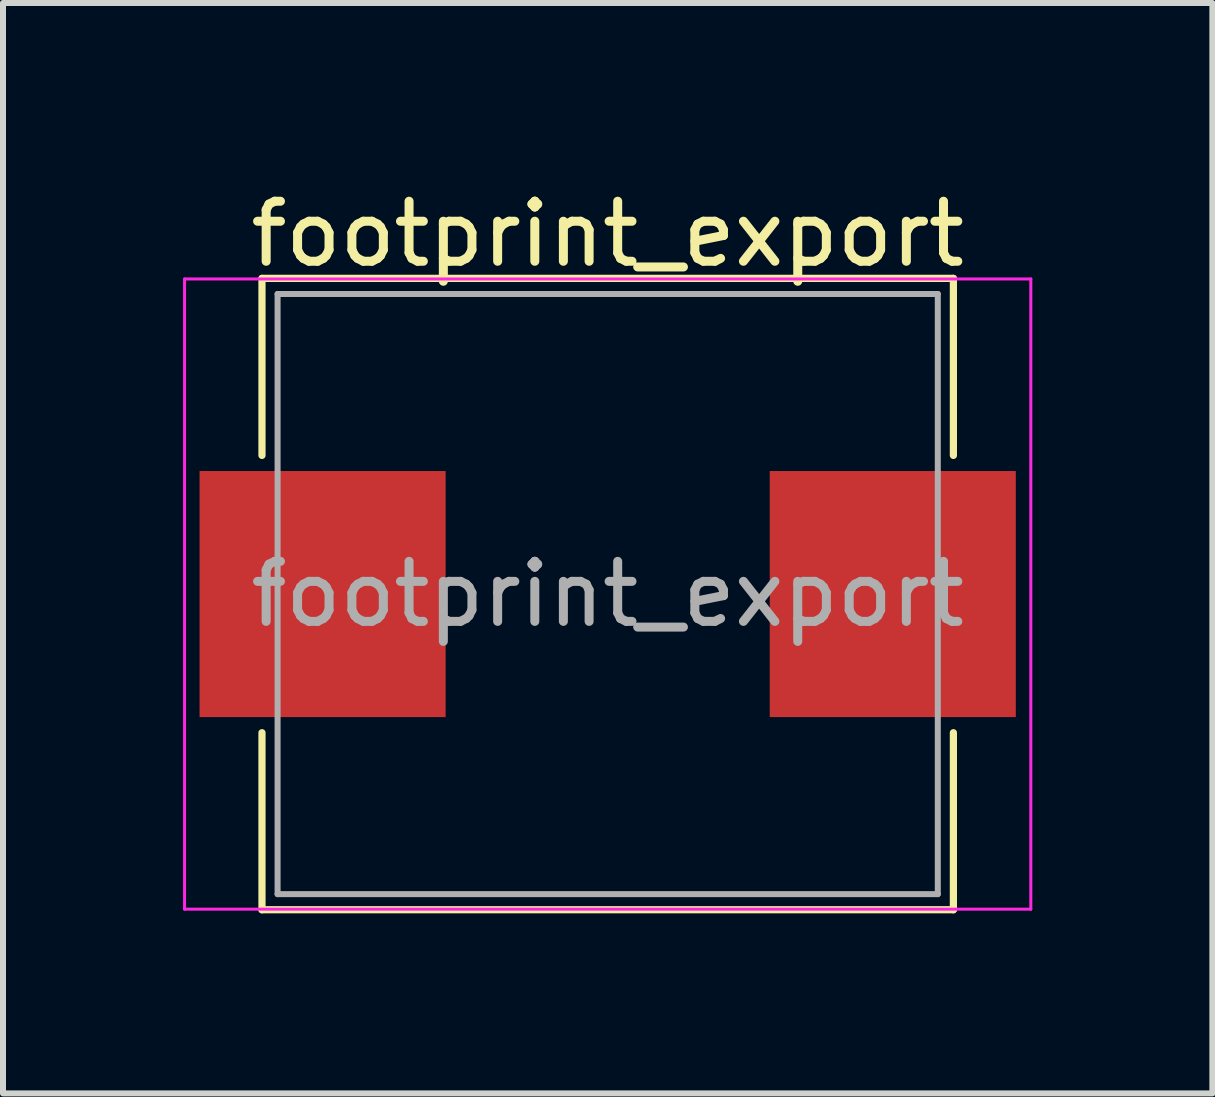
<source format=kicad_pcb>
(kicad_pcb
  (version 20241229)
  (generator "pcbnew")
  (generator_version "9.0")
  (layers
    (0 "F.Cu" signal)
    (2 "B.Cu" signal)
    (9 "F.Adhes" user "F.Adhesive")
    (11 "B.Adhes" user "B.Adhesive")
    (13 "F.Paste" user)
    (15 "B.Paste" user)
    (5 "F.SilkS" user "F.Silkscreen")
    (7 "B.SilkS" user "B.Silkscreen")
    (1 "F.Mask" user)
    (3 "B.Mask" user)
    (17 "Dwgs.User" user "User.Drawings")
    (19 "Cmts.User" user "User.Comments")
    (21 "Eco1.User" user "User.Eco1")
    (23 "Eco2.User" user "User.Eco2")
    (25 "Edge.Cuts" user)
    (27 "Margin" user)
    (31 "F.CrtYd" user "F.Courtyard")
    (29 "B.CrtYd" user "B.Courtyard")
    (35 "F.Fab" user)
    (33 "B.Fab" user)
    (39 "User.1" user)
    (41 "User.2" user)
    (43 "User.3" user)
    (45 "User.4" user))
  (footprint "footprint_export"
    (layer "F.Cu")
    (at 7.075 6.848)
    (property "Reference" "footprint_export" (at 0 -6 0) (layer "F.SilkS") (effects (font (size 1 1) (thickness 0.15))))
    (attr smd)
    (fp_line (start -5.76 -5.26) (end -5.76 -2.31) (stroke (width 0.12) (type solid)) (layer "F.SilkS"))
    (fp_line (start -5.76 -5.26) (end 5.76 -5.26) (stroke (width 0.12) (type solid)) (layer "F.SilkS"))
    (fp_line (start -5.76 5.26) (end -5.76 2.31) (stroke (width 0.12) (type solid)) (layer "F.SilkS"))
    (fp_line (start -5.76 5.26) (end 5.76 5.26) (stroke (width 0.12) (type solid)) (layer "F.SilkS"))
    (fp_line (start 5.76 -5.26) (end 5.76 -2.31) (stroke (width 0.12) (type solid)) (layer "F.SilkS"))
    (fp_line (start 5.76 5.26) (end 5.76 2.31) (stroke (width 0.12) (type solid)) (layer "F.SilkS"))
    (fp_line (start -7.05 -5.25) (end -7.05 5.25) (stroke (width 0.05) (type solid)) (layer "F.CrtYd"))
    (fp_line (start -7.05 5.25) (end 7.05 5.25) (stroke (width 0.05) (type solid)) (layer "F.CrtYd"))
    (fp_line (start 7.05 -5.25) (end -7.05 -5.25) (stroke (width 0.05) (type solid)) (layer "F.CrtYd"))
    (fp_line (start 7.05 5.25) (end 7.05 -5.25) (stroke (width 0.05) (type solid)) (layer "F.CrtYd"))
    (fp_line (start -5.5 -5) (end -5.5 5) (stroke (width 0.1) (type solid)) (layer "F.Fab"))
    (fp_line (start -5.5 5) (end 5.5 5) (stroke (width 0.1) (type solid)) (layer "F.Fab"))
    (fp_line (start 5.5 -5) (end -5.5 -5) (stroke (width 0.1) (type solid)) (layer "F.Fab"))
    (fp_line (start 5.5 5) (end 5.5 -5) (stroke (width 0.1) (type solid)) (layer "F.Fab"))
    (fp_text user "${REFERENCE}" (at 0 0 0) (layer "F.Fab") (effects (font (size 1 1) (thickness 0.15))))
    (pad "1" smd rect (at -4.75 0) (size 4.1 4.1) (layers "F.Cu" "F.Mask" "F.Paste"))
    (pad "2" smd rect (at 4.75 0) (size 4.1 4.1) (layers "F.Cu" "F.Mask" "F.Paste")))
  (gr_rect
    (start -3 -3)
    (end 17.15 15.168)
    (stroke (width 0.1) (type default))
    (fill no)
    (layer "Edge.Cuts")))
</source>
